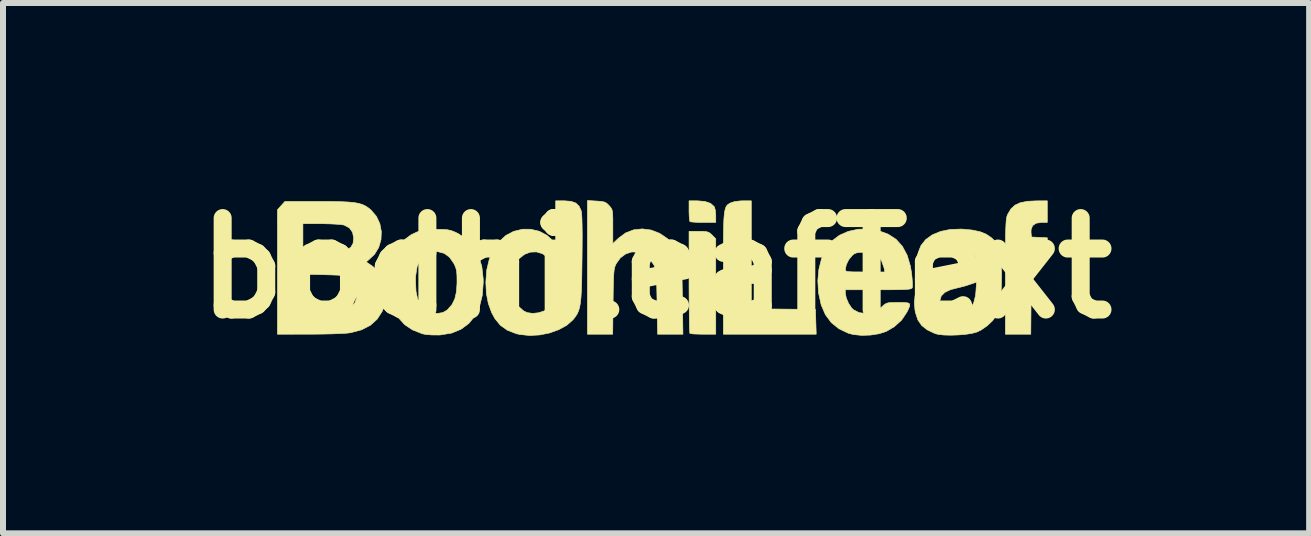
<source format=kicad_pcb>
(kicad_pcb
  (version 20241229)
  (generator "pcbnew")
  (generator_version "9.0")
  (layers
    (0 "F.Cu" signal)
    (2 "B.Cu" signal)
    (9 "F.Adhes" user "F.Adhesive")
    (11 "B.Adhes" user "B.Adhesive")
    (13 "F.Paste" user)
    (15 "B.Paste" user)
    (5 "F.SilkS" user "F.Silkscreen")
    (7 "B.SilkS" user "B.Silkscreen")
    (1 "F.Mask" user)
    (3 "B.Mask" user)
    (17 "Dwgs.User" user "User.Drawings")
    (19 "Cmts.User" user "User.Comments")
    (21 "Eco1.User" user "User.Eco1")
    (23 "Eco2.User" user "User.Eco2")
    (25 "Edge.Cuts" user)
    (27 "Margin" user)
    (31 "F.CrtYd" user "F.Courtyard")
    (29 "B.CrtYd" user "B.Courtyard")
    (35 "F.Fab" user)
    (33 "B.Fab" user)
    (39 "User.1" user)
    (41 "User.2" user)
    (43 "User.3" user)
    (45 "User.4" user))
  (footprint "bodhileafText"
    (layer "F.Cu")
    (at 7.881 1.418)
    (property "Reference" "bodhileafText" (at 0 0 0) (layer "F.SilkS") (effects (font (size 1.524 1.524) (thickness 0.3))))
    (attr through_hole)
    (fp_poly (pts (xy 0.815 -1.111) (xy 0.909 -1.079) (xy 0.967 -1.027) (xy 0.973 -1.017) (xy 0.986 -0.972) (xy 0.994 -0.905) (xy 0.995 -0.869) (xy 0.995 -0.762) (xy 0.787 -0.762) (xy 0.697 -0.763) (xy 0.623 -0.767) (xy 0.576 -0.772) (xy 0.564 -0.776) (xy 0.558 -0.803) (xy 0.553 -0.86) (xy 0.55 -0.937) (xy 0.55 -0.956) (xy 0.55 -1.122) (xy 0.689 -1.122) (xy 0.815 -1.111)) (stroke (width 0.01) (type solid)) (fill yes) (layer "F.SilkS"))
    (fp_poly (pts (xy 0.795 -0.613) (xy 0.849 -0.606) (xy 0.886 -0.592) (xy 0.92 -0.565) (xy 0.933 -0.552) (xy 0.995 -0.49) (xy 0.995 1.101) (xy 0.787 1.101) (xy 0.697 1.099) (xy 0.623 1.096) (xy 0.576 1.09) (xy 0.564 1.087) (xy 0.561 1.063) (xy 0.558 1.002) (xy 0.556 0.907) (xy 0.554 0.784) (xy 0.552 0.637) (xy 0.551 0.471) (xy 0.55 0.29) (xy 0.55 0.229) (xy 0.55 -0.614) (xy 0.711 -0.614) (xy 0.795 -0.613)) (stroke (width 0.01) (type solid)) (fill yes) (layer "F.SilkS"))
    (fp_poly (pts (xy 1.587 0.677) (xy 2.656 0.688) (xy 2.669 1.101) (xy 1.122 1.101) (xy 1.122 0.084) (xy 1.122 -0.161) (xy 1.122 -0.367) (xy 1.123 -0.538) (xy 1.126 -0.677) (xy 1.129 -0.788) (xy 1.135 -0.874) (xy 1.143 -0.94) (xy 1.154 -0.988) (xy 1.167 -1.023) (xy 1.184 -1.048) (xy 1.205 -1.066) (xy 1.23 -1.08) (xy 1.248 -1.09) (xy 1.31 -1.109) (xy 1.399 -1.12) (xy 1.449 -1.122) (xy 1.587 -1.122) (xy 1.587 0.677)) (stroke (width 0.01) (type solid)) (fill yes) (layer "F.SilkS"))
    (fp_poly (pts (xy 6.519 -0.762) (xy 6.424 -0.762) (xy 6.333 -0.749) (xy 6.274 -0.708) (xy 6.249 -0.641) (xy 6.248 -0.597) (xy 6.255 -0.519) (xy 6.387 -0.512) (xy 6.519 -0.506) (xy 6.519 -0.416) (xy 6.5 -0.325) (xy 6.448 -0.256) (xy 6.369 -0.215) (xy 6.329 -0.208) (xy 6.255 -0.201) (xy 6.244 1.101) (xy 5.821 1.101) (xy 5.821 0.143) (xy 5.822 -0.085) (xy 5.822 -0.275) (xy 5.823 -0.43) (xy 5.824 -0.555) (xy 5.827 -0.653) (xy 5.83 -0.728) (xy 5.834 -0.785) (xy 5.839 -0.828) (xy 5.846 -0.86) (xy 5.854 -0.885) (xy 5.861 -0.9) (xy 5.913 -0.987) (xy 5.981 -1.05) (xy 6.071 -1.091) (xy 6.19 -1.114) (xy 6.334 -1.121) (xy 6.519 -1.122) (xy 6.519 -0.762)) (stroke (width 0.01) (type solid)) (fill yes) (layer "F.SilkS"))
    (fp_poly (pts (xy -0.992 -1.118) (xy -0.911 -1.112) (xy -0.858 -1.101) (xy -0.821 -1.081) (xy -0.786 -1.047) (xy -0.781 -1.041) (xy -0.756 -1.013) (xy -0.739 -0.986) (xy -0.728 -0.952) (xy -0.723 -0.903) (xy -0.72 -0.832) (xy -0.72 -0.728) (xy -0.72 -0.691) (xy -0.72 -0.409) (xy -0.625 -0.5) (xy -0.505 -0.588) (xy -0.371 -0.639) (xy -0.228 -0.654) (xy -0.083 -0.635) (xy 0.058 -0.581) (xy 0.189 -0.493) (xy 0.26 -0.424) (xy 0.305 -0.372) (xy 0.342 -0.323) (xy 0.371 -0.273) (xy 0.393 -0.216) (xy 0.409 -0.146) (xy 0.42 -0.059) (xy 0.428 0.051) (xy 0.434 0.19) (xy 0.437 0.362) (xy 0.439 0.492) (xy 0.448 1.101) (xy 0.026 1.101) (xy 0.017 0.566) (xy 0.014 0.4) (xy 0.011 0.271) (xy 0.007 0.173) (xy 0.002 0.099) (xy -0.004 0.046) (xy -0.013 0.006) (xy -0.024 -0.026) (xy -0.037 -0.056) (xy -0.111 -0.16) (xy -0.201 -0.231) (xy -0.302 -0.267) (xy -0.405 -0.27) (xy -0.504 -0.238) (xy -0.594 -0.172) (xy -0.662 -0.078) (xy -0.676 -0.049) (xy -0.688 -0.018) (xy -0.696 0.019) (xy -0.702 0.069) (xy -0.707 0.137) (xy -0.71 0.228) (xy -0.713 0.349) (xy -0.715 0.506) (xy -0.716 0.556) (xy -0.722 1.101) (xy -1.143 1.101) (xy -1.143 -1.127) (xy -0.992 -1.118)) (stroke (width 0.01) (type solid)) (fill yes) (layer "F.SilkS"))
    (fp_poly (pts (xy -3.55 -0.645) (xy -3.478 -0.64) (xy -3.42 -0.628) (xy -3.363 -0.607) (xy -3.297 -0.576) (xy -3.155 -0.483) (xy -3.042 -0.36) (xy -2.958 -0.208) (xy -2.903 -0.028) (xy -2.88 0.179) (xy -2.879 0.239) (xy -2.895 0.452) (xy -2.941 0.638) (xy -3.016 0.795) (xy -3.12 0.922) (xy -3.25 1.018) (xy -3.407 1.082) (xy -3.589 1.112) (xy -3.617 1.114) (xy -3.735 1.113) (xy -3.837 1.105) (xy -3.895 1.093) (xy -4.057 1.029) (xy -4.189 0.941) (xy -4.291 0.827) (xy -4.366 0.683) (xy -4.414 0.509) (xy -4.439 0.301) (xy -4.439 0.296) (xy -4.437 0.212) (xy -4.008 0.212) (xy -3.999 0.39) (xy -3.969 0.532) (xy -3.917 0.639) (xy -3.844 0.71) (xy -3.747 0.749) (xy -3.634 0.754) (xy -3.551 0.739) (xy -3.486 0.702) (xy -3.468 0.686) (xy -3.399 0.606) (xy -3.353 0.512) (xy -3.326 0.396) (xy -3.316 0.25) (xy -3.316 0.23) (xy -3.317 0.129) (xy -3.322 0.056) (xy -3.335 0.000159) (xy -3.356 -0.053) (xy -3.368 -0.077) (xy -3.44 -0.181) (xy -3.529 -0.247) (xy -3.634 -0.274) (xy -3.655 -0.275) (xy -3.774 -0.26) (xy -3.868 -0.213) (xy -3.937 -0.134) (xy -3.982 -0.021) (xy -4.005 0.127) (xy -4.008 0.212) (xy -4.437 0.212) (xy -4.435 0.081) (xy -4.4 -0.112) (xy -4.336 -0.28) (xy -4.242 -0.42) (xy -4.18 -0.483) (xy -4.083 -0.555) (xy -3.98 -0.604) (xy -3.859 -0.633) (xy -3.71 -0.645) (xy -3.651 -0.646) (xy -3.55 -0.645)) (stroke (width 0.01) (type solid)) (fill yes) (layer "F.SilkS"))
    (fp_poly (pts (xy -1.415 -1.113) (xy -1.335 -1.084) (xy -1.281 -1.031) (xy -1.247 -0.956) (xy -1.24 -0.911) (xy -1.235 -0.83) (xy -1.232 -0.712) (xy -1.23 -0.556) (xy -1.231 -0.36) (xy -1.233 -0.158) (xy -1.236 0.056) (xy -1.239 0.233) (xy -1.244 0.376) (xy -1.251 0.492) (xy -1.261 0.583) (xy -1.274 0.656) (xy -1.292 0.714) (xy -1.314 0.763) (xy -1.342 0.806) (xy -1.376 0.85) (xy -1.386 0.862) (xy -1.488 0.952) (xy -1.621 1.025) (xy -1.775 1.08) (xy -1.94 1.113) (xy -2.108 1.122) (xy -2.27 1.105) (xy -2.328 1.092) (xy -2.476 1.035) (xy -2.593 0.953) (xy -2.685 0.84) (xy -2.74 0.739) (xy -2.795 0.587) (xy -2.827 0.421) (xy -2.833 0.292) (xy -2.399 0.292) (xy -2.387 0.41) (xy -2.364 0.508) (xy -2.355 0.53) (xy -2.289 0.639) (xy -2.205 0.714) (xy -2.146 0.741) (xy -2.056 0.754) (xy -1.955 0.743) (xy -1.866 0.713) (xy -1.839 0.697) (xy -1.775 0.639) (xy -1.729 0.567) (xy -1.701 0.475) (xy -1.686 0.354) (xy -1.683 0.243) (xy -1.684 0.135) (xy -1.688 0.058) (xy -1.698 0.002) (xy -1.714 -0.045) (xy -1.73 -0.078) (xy -1.803 -0.176) (xy -1.892 -0.241) (xy -1.992 -0.271) (xy -2.094 -0.267) (xy -2.192 -0.23) (xy -2.28 -0.16) (xy -2.351 -0.058) (xy -2.363 -0.032) (xy -2.387 0.056) (xy -2.399 0.169) (xy -2.399 0.292) (xy -2.833 0.292) (xy -2.836 0.235) (xy -2.821 0.031) (xy -2.777 -0.152) (xy -2.708 -0.31) (xy -2.615 -0.442) (xy -2.502 -0.545) (xy -2.37 -0.614) (xy -2.222 -0.649) (xy -2.088 -0.648) (xy -1.945 -0.614) (xy -1.818 -0.547) (xy -1.727 -0.464) (xy -1.672 -0.399) (xy -1.672 -1.122) (xy -1.527 -1.122) (xy -1.415 -1.113)) (stroke (width 0.01) (type solid)) (fill yes) (layer "F.SilkS"))
    (fp_poly (pts (xy 3.704 -0.626) (xy 3.866 -0.567) (xy 4 -0.48) (xy 4.105 -0.363) (xy 4.184 -0.215) (xy 4.238 -0.034) (xy 4.258 0.086) (xy 4.267 0.177) (xy 4.272 0.256) (xy 4.272 0.309) (xy 4.27 0.324) (xy 4.262 0.335) (xy 4.246 0.343) (xy 4.215 0.35) (xy 4.167 0.354) (xy 4.095 0.357) (xy 3.994 0.359) (xy 3.861 0.36) (xy 3.705 0.36) (xy 3.154 0.36) (xy 3.154 0.418) (xy 3.17 0.499) (xy 3.208 0.587) (xy 3.259 0.664) (xy 3.289 0.693) (xy 3.382 0.741) (xy 3.49 0.755) (xy 3.601 0.737) (xy 3.706 0.689) (xy 3.763 0.644) (xy 3.8 0.61) (xy 3.833 0.589) (xy 3.872 0.577) (xy 3.928 0.573) (xy 4.012 0.572) (xy 4.037 0.572) (xy 4.136 0.572) (xy 4.197 0.579) (xy 4.226 0.596) (xy 4.226 0.63) (xy 4.204 0.685) (xy 4.179 0.735) (xy 4.091 0.866) (xy 3.969 0.976) (xy 3.834 1.055) (xy 3.715 1.093) (xy 3.574 1.115) (xy 3.426 1.12) (xy 3.288 1.106) (xy 3.203 1.084) (xy 3.046 1.009) (xy 2.92 0.907) (xy 2.822 0.775) (xy 2.752 0.613) (xy 2.709 0.418) (xy 2.707 0.404) (xy 2.696 0.21) (xy 2.713 0.021) (xy 2.713 0.02) (xy 3.154 0.02) (xy 3.156 0.037) (xy 3.166 0.048) (xy 3.189 0.056) (xy 3.233 0.06) (xy 3.304 0.063) (xy 3.407 0.063) (xy 3.484 0.064) (xy 3.813 0.064) (xy 3.799 -0.005) (xy 3.755 -0.129) (xy 3.683 -0.222) (xy 3.683 -0.222) (xy 3.648 -0.246) (xy 3.602 -0.259) (xy 3.53 -0.264) (xy 3.481 -0.265) (xy 3.397 -0.263) (xy 3.342 -0.255) (xy 3.303 -0.239) (xy 3.269 -0.212) (xy 3.212 -0.142) (xy 3.171 -0.06) (xy 3.154 0.017) (xy 3.154 0.02) (xy 2.713 0.02) (xy 2.757 -0.155) (xy 2.825 -0.31) (xy 2.916 -0.437) (xy 2.932 -0.454) (xy 3.054 -0.547) (xy 3.201 -0.612) (xy 3.365 -0.648) (xy 3.538 -0.653) (xy 3.704 -0.626)) (stroke (width 0.01) (type solid)) (fill yes) (layer "F.SilkS"))
    (fp_poly (pts (xy 5.112 -0.65) (xy 5.272 -0.634) (xy 5.399 -0.607) (xy 5.501 -0.566) (xy 5.585 -0.509) (xy 5.619 -0.478) (xy 5.667 -0.424) (xy 5.702 -0.366) (xy 5.728 -0.296) (xy 5.744 -0.208) (xy 5.753 -0.095) (xy 5.757 0.051) (xy 5.757 0.123) (xy 5.753 0.333) (xy 5.74 0.505) (xy 5.72 0.641) (xy 5.69 0.744) (xy 5.674 0.782) (xy 5.61 0.872) (xy 5.519 0.959) (xy 5.415 1.031) (xy 5.342 1.066) (xy 5.262 1.087) (xy 5.156 1.103) (xy 5.034 1.113) (xy 4.91 1.117) (xy 4.795 1.114) (xy 4.7 1.103) (xy 4.649 1.09) (xy 4.52 1.029) (xy 4.427 0.956) (xy 4.363 0.863) (xy 4.323 0.743) (xy 4.315 0.702) (xy 4.304 0.584) (xy 4.306 0.557) (xy 4.724 0.557) (xy 4.731 0.643) (xy 4.769 0.715) (xy 4.834 0.763) (xy 4.896 0.776) (xy 4.981 0.774) (xy 5.07 0.76) (xy 5.146 0.737) (xy 5.165 0.727) (xy 5.242 0.664) (xy 5.293 0.578) (xy 5.322 0.462) (xy 5.33 0.389) (xy 5.34 0.233) (xy 5.226 0.272) (xy 5.144 0.298) (xy 5.063 0.319) (xy 5.029 0.327) (xy 4.904 0.359) (xy 4.812 0.404) (xy 4.756 0.459) (xy 4.751 0.467) (xy 4.724 0.557) (xy 4.306 0.557) (xy 4.315 0.47) (xy 4.319 0.452) (xy 4.356 0.34) (xy 4.422 0.248) (xy 4.517 0.172) (xy 4.645 0.11) (xy 4.809 0.062) (xy 4.964 0.032) (xy 5.111 0.003) (xy 5.217 -0.03) (xy 5.286 -0.071) (xy 5.32 -0.119) (xy 5.321 -0.176) (xy 5.314 -0.198) (xy 5.273 -0.247) (xy 5.197 -0.28) (xy 5.091 -0.294) (xy 5.005 -0.292) (xy 4.916 -0.282) (xy 4.857 -0.263) (xy 4.82 -0.237) (xy 4.792 -0.215) (xy 4.759 -0.202) (xy 4.711 -0.194) (xy 4.637 -0.191) (xy 4.563 -0.191) (xy 4.355 -0.191) (xy 4.368 -0.257) (xy 4.413 -0.375) (xy 4.492 -0.475) (xy 4.603 -0.555) (xy 4.741 -0.612) (xy 4.903 -0.645) (xy 5.084 -0.651) (xy 5.112 -0.65)) (stroke (width 0.01) (type solid)) (fill yes) (layer "F.SilkS"))
    (fp_poly (pts (xy -5.42 -1.111) (xy -5.262 -1.108) (xy -5.134 -1.102) (xy -5.034 -1.093) (xy -4.954 -1.079) (xy -4.889 -1.059) (xy -4.836 -1.033) (xy -4.787 -1) (xy -4.749 -0.968) (xy -4.659 -0.863) (xy -4.602 -0.741) (xy -4.577 -0.608) (xy -4.583 -0.474) (xy -4.621 -0.345) (xy -4.69 -0.231) (xy -4.787 -0.14) (xy -4.818 -0.114) (xy -4.825 -0.1) (xy -4.803 -0.086) (xy -4.758 -0.055) (xy -4.724 -0.032) (xy -4.657 0.025) (xy -4.595 0.097) (xy -4.576 0.126) (xy -4.549 0.176) (xy -4.532 0.224) (xy -4.523 0.281) (xy -4.519 0.36) (xy -4.519 0.423) (xy -4.521 0.533) (xy -4.53 0.613) (xy -4.546 0.676) (xy -4.563 0.72) (xy -4.646 0.849) (xy -4.76 0.952) (xy -4.906 1.027) (xy -5.083 1.074) (xy -5.112 1.079) (xy -5.176 1.085) (xy -5.273 1.09) (xy -5.397 1.095) (xy -5.539 1.098) (xy -5.691 1.1) (xy -5.784 1.1) (xy -6.308 1.101) (xy -6.308 0.699) (xy -5.884 0.699) (xy -5.576 0.699) (xy -5.458 0.697) (xy -5.346 0.692) (xy -5.252 0.686) (xy -5.188 0.678) (xy -5.176 0.675) (xy -5.082 0.639) (xy -5.021 0.582) (xy -4.989 0.497) (xy -4.98 0.428) (xy -4.982 0.324) (xy -5.007 0.247) (xy -5.058 0.189) (xy -5.101 0.16) (xy -5.134 0.144) (xy -5.172 0.132) (xy -5.223 0.123) (xy -5.295 0.117) (xy -5.394 0.113) (xy -5.528 0.109) (xy -5.53 0.109) (xy -5.884 0.101) (xy -5.884 0.699) (xy -6.308 0.699) (xy -6.308 -0.25) (xy -5.884 -0.25) (xy -5.551 -0.258) (xy -5.414 -0.262) (xy -5.313 -0.268) (xy -5.24 -0.276) (xy -5.188 -0.287) (xy -5.151 -0.302) (xy -5.149 -0.303) (xy -5.083 -0.351) (xy -5.048 -0.414) (xy -5.038 -0.502) (xy -5.038 -0.504) (xy -5.057 -0.598) (xy -5.11 -0.671) (xy -5.195 -0.717) (xy -5.203 -0.719) (xy -5.252 -0.727) (xy -5.334 -0.733) (xy -5.438 -0.738) (xy -5.553 -0.741) (xy -5.583 -0.741) (xy -5.884 -0.741) (xy -5.884 -0.25) (xy -6.308 -0.25) (xy -6.308 -0.973) (xy -6.246 -1.042) (xy -6.184 -1.111) (xy -5.616 -1.111) (xy -5.42 -1.111)) (stroke (width 0.01) (type solid)) (fill yes) (layer "F.SilkS")))
  (gr_rect
    (start -3 -3)
    (end 18.763 5.836)
    (stroke (width 0.1) (type default))
    (fill no)
    (layer "Edge.Cuts")))
</source>
